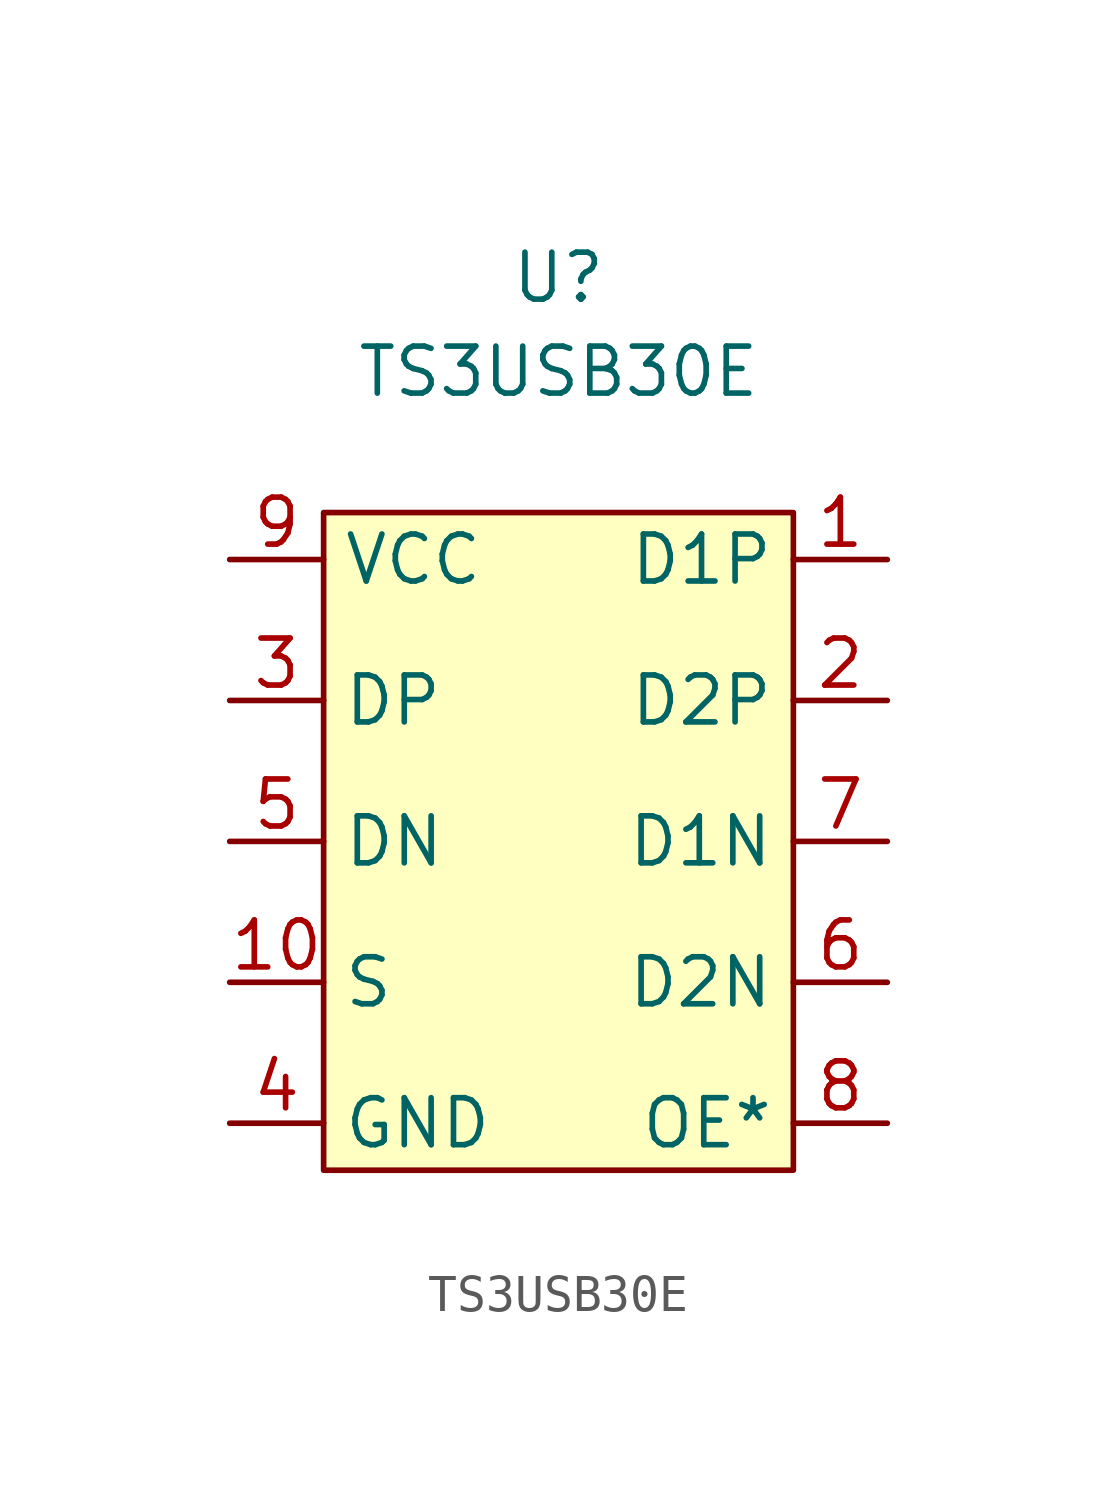
<source format=kicad_sym>
(kicad_symbol_lib
  (version 20211014)
  (generator kicad_symbol_editor)
  (symbol "TS3USB30E"
    (property "Reference" "U"
      (at 0 5.08 0)
      (effects (font (size 1.27 1.27))))
    (property "Value" "TS3USB30E"
      (at 0 2.54 0)
      (effects (font (size 1.27 1.27))))
    (symbol "TS3USB30E_0_1"
      (rectangle (start -6.35 -1.27) (end 6.35 -19.05) (stroke (width 0) (type default) (color 0 0 0 0)) (fill (type background))))
    (symbol "TS3USB30E_1_1"
      (pin input line (at 8.89 -2.54 180) (length 2.54) (name "D1P" (effects (font (size 1.27 1.27)))) (number "1" (effects (font (size 1.27 1.27)))))
      (pin input line (at -8.89 -13.97 0) (length 2.54) (name "S" (effects (font (size 1.27 1.27)))) (number "10" (effects (font (size 1.27 1.27)))))
      (pin input line (at 8.89 -6.35 180) (length 2.54) (name "D2P" (effects (font (size 1.27 1.27)))) (number "2" (effects (font (size 1.27 1.27)))))
      (pin input line (at -8.89 -6.35 0) (length 2.54) (name "DP" (effects (font (size 1.27 1.27)))) (number "3" (effects (font (size 1.27 1.27)))))
      (pin input line (at -8.89 -17.78 0) (length 2.54) (name "GND" (effects (font (size 1.27 1.27)))) (number "4" (effects (font (size 1.27 1.27)))))
      (pin input line (at -8.89 -10.16 0) (length 2.54) (name "DN" (effects (font (size 1.27 1.27)))) (number "5" (effects (font (size 1.27 1.27)))))
      (pin input line (at 8.89 -13.97 180) (length 2.54) (name "D2N" (effects (font (size 1.27 1.27)))) (number "6" (effects (font (size 1.27 1.27)))))
      (pin input line (at 8.89 -10.16 180) (length 2.54) (name "D1N" (effects (font (size 1.27 1.27)))) (number "7" (effects (font (size 1.27 1.27)))))
      (pin input line (at 8.89 -17.78 180) (length 2.54) (name "OE*" (effects (font (size 1.27 1.27)))) (number "8" (effects (font (size 1.27 1.27)))))
      (pin input line (at -8.89 -2.54 0) (length 2.54) (name "VCC" (effects (font (size 1.27 1.27)))) (number "9" (effects (font (size 1.27 1.27))))))))
</source>
